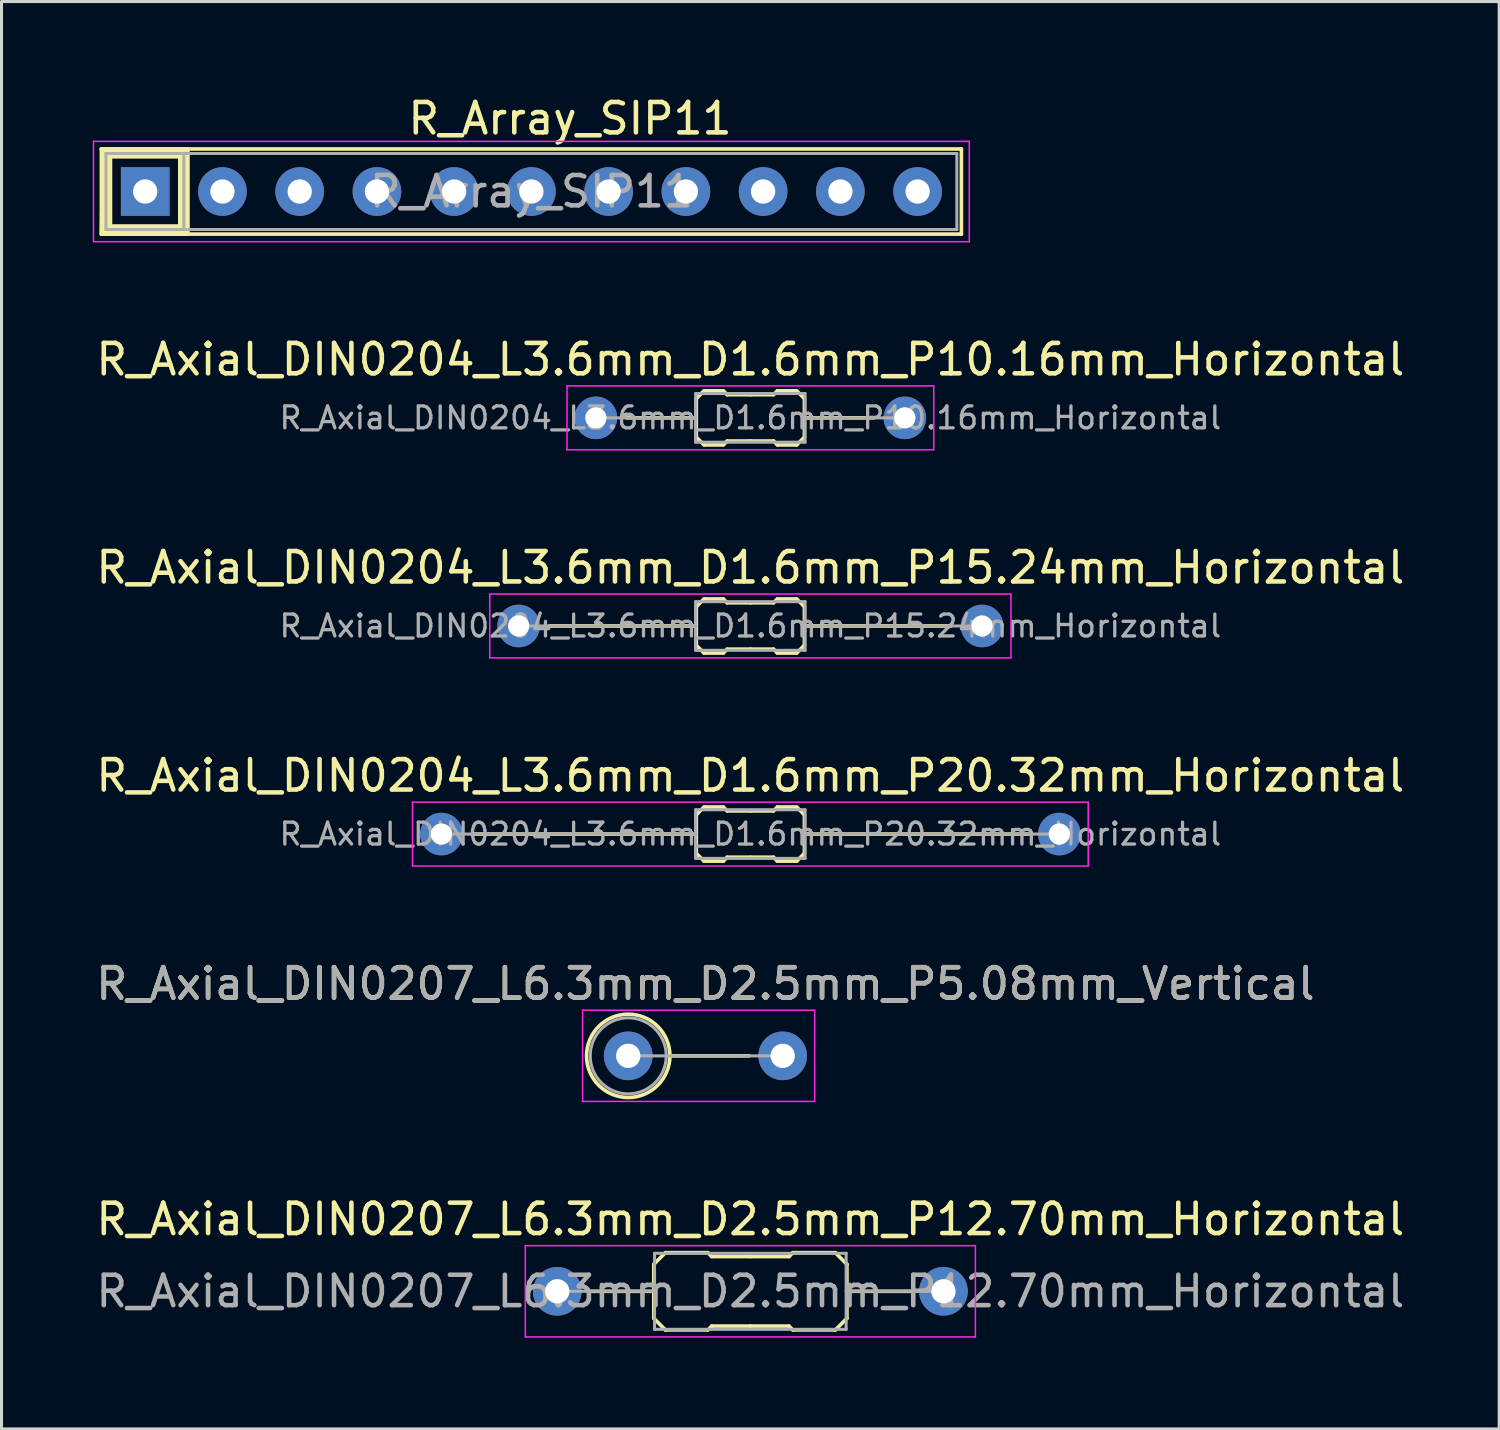
<source format=kicad_pcb>
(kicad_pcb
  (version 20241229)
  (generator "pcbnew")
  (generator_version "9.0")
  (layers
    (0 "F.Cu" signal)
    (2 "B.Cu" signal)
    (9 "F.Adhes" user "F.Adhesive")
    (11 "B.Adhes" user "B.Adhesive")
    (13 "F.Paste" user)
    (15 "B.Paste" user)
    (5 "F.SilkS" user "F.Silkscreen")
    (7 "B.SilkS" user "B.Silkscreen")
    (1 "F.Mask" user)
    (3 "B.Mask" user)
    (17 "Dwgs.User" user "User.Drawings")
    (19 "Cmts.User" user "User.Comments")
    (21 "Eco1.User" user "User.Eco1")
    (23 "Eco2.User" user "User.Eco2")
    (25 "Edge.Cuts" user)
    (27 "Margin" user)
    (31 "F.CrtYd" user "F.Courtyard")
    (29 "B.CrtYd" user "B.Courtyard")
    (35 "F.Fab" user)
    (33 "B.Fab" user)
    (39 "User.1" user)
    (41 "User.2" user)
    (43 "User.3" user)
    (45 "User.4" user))
  (footprint "R_Array_SIP11"
    (layer "F.Cu")
    (at 1.725 3.248)
    (property "Reference" "R_Array_SIP11" (at 13.97 -2.4 0) (layer "F.SilkS") (effects (font (size 1 1) (thickness 0.15))))
    (attr through_hole)
    (fp_line (start -1.44 -1.4) (end -1.44 1.4) (stroke (width 0.12) (type solid)) (layer "F.SilkS"))
    (fp_line (start -1.44 1.4) (end 26.84 1.4) (stroke (width 0.12) (type solid)) (layer "F.SilkS"))
    (fp_line (start 1.143 -1.143) (end 1.143 1.143) (stroke (width 0.12) (type solid)) (layer "F.SilkS"))
    (fp_line (start 1.143 1.143) (end -1.143 1.143) (stroke (width 0.12) (type solid)) (layer "F.SilkS"))
    (fp_line (start 1.27 -1.4) (end 1.27 1.4) (stroke (width 0.12) (type solid)) (layer "F.SilkS"))
    (fp_line (start 1.397 -1.4) (end 1.397 1.4) (stroke (width 0.12) (type solid)) (layer "F.SilkS"))
    (fp_line (start 26.84 -1.4) (end -1.44 -1.4) (stroke (width 0.12) (type solid)) (layer "F.SilkS"))
    (fp_line (start 26.84 1.4) (end 26.84 -1.4) (stroke (width 0.12) (type solid)) (layer "F.SilkS"))
    (fp_poly (pts (xy -1.143 1.143) (xy 1.143 1.143) (xy 1.143 1.4) (xy -1.44 1.4) (xy -1.397 -1.143) (xy -1.143 -1.143)) (stroke (width 0.12) (type solid)) (fill yes) (layer "F.SilkS"))
    (fp_poly (pts (xy 1.397 1.4) (xy 1.143 1.4) (xy 1.143 -1.143) (xy -1.397 -1.143) (xy -1.44 -1.4) (xy 1.397 -1.4)) (stroke (width 0.12) (type solid)) (fill yes) (layer "F.SilkS"))
    (fp_line (start -1.7 -1.65) (end -1.7 1.65) (stroke (width 0.05) (type solid)) (layer "F.CrtYd"))
    (fp_line (start -1.7 1.65) (end 27.1 1.65) (stroke (width 0.05) (type solid)) (layer "F.CrtYd"))
    (fp_line (start 27.1 -1.65) (end -1.7 -1.65) (stroke (width 0.05) (type solid)) (layer "F.CrtYd"))
    (fp_line (start 27.1 1.65) (end 27.1 -1.65) (stroke (width 0.05) (type solid)) (layer "F.CrtYd"))
    (fp_line (start -1.29 -1.25) (end -1.29 1.25) (stroke (width 0.1) (type solid)) (layer "F.Fab"))
    (fp_line (start -1.29 1.25) (end 26.69 1.25) (stroke (width 0.1) (type solid)) (layer "F.Fab"))
    (fp_line (start 1.27 -1.25) (end 1.27 1.25) (stroke (width 0.1) (type solid)) (layer "F.Fab"))
    (fp_line (start 26.69 -1.25) (end -1.29 -1.25) (stroke (width 0.1) (type solid)) (layer "F.Fab"))
    (fp_line (start 26.69 1.25) (end 26.69 -1.25) (stroke (width 0.1) (type solid)) (layer "F.Fab"))
    (fp_text user "${REFERENCE}" (at 12.7 0 0) (layer "F.Fab") (effects (font (size 1 1) (thickness 0.15))))
    (pad "1" thru_hole rect (at 0 0) (size 1.6 1.6) (drill 0.8) (layers "*.Cu" "*.Mask"))
    (pad "2" thru_hole oval (at 2.54 0) (size 1.6 1.6) (drill 0.8) (layers "*.Cu" "*.Mask"))
    (pad "3" thru_hole oval (at 5.08 0) (size 1.6 1.6) (drill 0.8) (layers "*.Cu" "*.Mask"))
    (pad "4" thru_hole oval (at 7.62 0) (size 1.6 1.6) (drill 0.8) (layers "*.Cu" "*.Mask"))
    (pad "5" thru_hole oval (at 10.16 0) (size 1.6 1.6) (drill 0.8) (layers "*.Cu" "*.Mask"))
    (pad "6" thru_hole oval (at 12.7 0) (size 1.6 1.6) (drill 0.8) (layers "*.Cu" "*.Mask"))
    (pad "7" thru_hole oval (at 15.24 0) (size 1.6 1.6) (drill 0.8) (layers "*.Cu" "*.Mask"))
    (pad "8" thru_hole oval (at 17.78 0) (size 1.6 1.6) (drill 0.8) (layers "*.Cu" "*.Mask"))
    (pad "9" thru_hole oval (at 20.32 0) (size 1.6 1.6) (drill 0.8) (layers "*.Cu" "*.Mask"))
    (pad "10" thru_hole oval (at 22.86 0) (size 1.6 1.6) (drill 0.8) (layers "*.Cu" "*.Mask"))
    (pad "11" thru_hole oval (at 25.4 0) (size 1.6 1.6) (drill 0.8) (layers "*.Cu" "*.Mask")))
  (footprint "R_Axial_DIN0204_L3.6mm_D1.6mm_P20.32mm_Horizontal"
    (layer "F.Cu")
    (at 11.465 24.378)
    (property "Reference" "R_Axial_DIN0204_L3.6mm_D1.6mm_P20.32mm_Horizontal" (at 10.16 -1.92 0) (layer "F.SilkS") (effects (font (size 1 1) (thickness 0.15))))
    (attr through_hole)
    (fp_line (start 1.016 0) (end 8.24 0) (stroke (width 0.12) (type solid)) (layer "F.SilkS"))
    (fp_line (start 8.24 0) (end 8.382 0) (stroke (width 0.12) (type solid)) (layer "F.SilkS"))
    (fp_line (start 8.382 -0.635) (end 8.636 -0.889) (stroke (width 0.12) (type solid)) (layer "F.SilkS"))
    (fp_line (start 8.382 0.635) (end 8.382 -0.635) (stroke (width 0.12) (type solid)) (layer "F.SilkS"))
    (fp_line (start 8.382 0.635) (end 8.636 0.889) (stroke (width 0.12) (type solid)) (layer "F.SilkS"))
    (fp_line (start 8.636 -0.889) (end 9.271 -0.889) (stroke (width 0.12) (type solid)) (layer "F.SilkS"))
    (fp_line (start 8.636 0.889) (end 9.271 0.889) (stroke (width 0.12) (type solid)) (layer "F.SilkS"))
    (fp_line (start 9.271 -0.889) (end 9.398 -0.762) (stroke (width 0.12) (type solid)) (layer "F.SilkS"))
    (fp_line (start 9.271 0.889) (end 9.398 0.762) (stroke (width 0.12) (type solid)) (layer "F.SilkS"))
    (fp_line (start 9.398 -0.762) (end 10.16 -0.762) (stroke (width 0.12) (type solid)) (layer "F.SilkS"))
    (fp_line (start 9.398 0.762) (end 10.16 0.762) (stroke (width 0.12) (type solid)) (layer "F.SilkS"))
    (fp_line (start 10.922 -0.762) (end 10.16 -0.762) (stroke (width 0.12) (type solid)) (layer "F.SilkS"))
    (fp_line (start 10.922 0.762) (end 10.16 0.762) (stroke (width 0.12) (type solid)) (layer "F.SilkS"))
    (fp_line (start 11.049 -0.889) (end 10.922 -0.762) (stroke (width 0.12) (type solid)) (layer "F.SilkS"))
    (fp_line (start 11.049 0.889) (end 10.922 0.762) (stroke (width 0.12) (type solid)) (layer "F.SilkS"))
    (fp_line (start 11.684 -0.889) (end 11.049 -0.889) (stroke (width 0.12) (type solid)) (layer "F.SilkS"))
    (fp_line (start 11.684 0.889) (end 11.049 0.889) (stroke (width 0.12) (type solid)) (layer "F.SilkS"))
    (fp_line (start 11.938 -0.635) (end 11.684 -0.889) (stroke (width 0.12) (type solid)) (layer "F.SilkS"))
    (fp_line (start 11.938 -0.635) (end 11.938 0.635) (stroke (width 0.12) (type solid)) (layer "F.SilkS"))
    (fp_line (start 11.938 0.635) (end 11.684 0.889) (stroke (width 0.12) (type solid)) (layer "F.SilkS"))
    (fp_line (start 12.065 0) (end 11.938 0) (stroke (width 0.12) (type solid)) (layer "F.SilkS"))
    (fp_line (start 19.304 0) (end 12.08 0) (stroke (width 0.12) (type solid)) (layer "F.SilkS"))
    (fp_line (start -0.95 -1.05) (end -0.95 1.05) (stroke (width 0.05) (type solid)) (layer "F.CrtYd"))
    (fp_line (start -0.95 1.05) (end 21.27 1.05) (stroke (width 0.05) (type solid)) (layer "F.CrtYd"))
    (fp_line (start 21.27 -1.05) (end -0.95 -1.05) (stroke (width 0.05) (type solid)) (layer "F.CrtYd"))
    (fp_line (start 21.27 1.05) (end 21.27 -1.05) (stroke (width 0.05) (type solid)) (layer "F.CrtYd"))
    (fp_line (start 0 0) (end 8.382 0) (stroke (width 0.1) (type solid)) (layer "F.Fab"))
    (fp_line (start 8.36 -0.8) (end 8.36 0.8) (stroke (width 0.1) (type solid)) (layer "F.Fab"))
    (fp_line (start 8.36 0.8) (end 11.96 0.8) (stroke (width 0.1) (type solid)) (layer "F.Fab"))
    (fp_line (start 11.96 -0.8) (end 8.36 -0.8) (stroke (width 0.1) (type solid)) (layer "F.Fab"))
    (fp_line (start 11.96 0.8) (end 11.96 -0.8) (stroke (width 0.1) (type solid)) (layer "F.Fab"))
    (fp_line (start 20.32 0) (end 11.96 0) (stroke (width 0.1) (type solid)) (layer "F.Fab"))
    (fp_text user "${REFERENCE}" (at 10.16 0 0) (layer "F.Fab") (effects (font (size 0.72 0.72) (thickness 0.108))))
    (pad "1" thru_hole circle (at 0 0) (size 1.4 1.4) (drill 0.7) (layers "*.Cu" "*.Mask"))
    (pad "2" thru_hole oval (at 20.32 0) (size 1.4 1.4) (drill 0.7) (layers "*.Cu" "*.Mask")))
  (footprint "R_Axial_DIN0204_L3.6mm_D1.6mm_P15.24mm_Horizontal"
    (layer "F.Cu")
    (at 14.005 17.535)
    (property "Reference" "R_Axial_DIN0204_L3.6mm_D1.6mm_P15.24mm_Horizontal" (at 7.62 -1.92 0) (layer "F.SilkS") (effects (font (size 1 1) (thickness 0.15))))
    (attr through_hole)
    (fp_line (start 1.016 0) (end 5.7 0) (stroke (width 0.12) (type solid)) (layer "F.SilkS"))
    (fp_line (start 5.7 0) (end 5.842 0) (stroke (width 0.12) (type solid)) (layer "F.SilkS"))
    (fp_line (start 5.842 -0.635) (end 6.096 -0.889) (stroke (width 0.12) (type solid)) (layer "F.SilkS"))
    (fp_line (start 5.842 0.635) (end 5.842 -0.635) (stroke (width 0.12) (type solid)) (layer "F.SilkS"))
    (fp_line (start 5.842 0.635) (end 6.096 0.889) (stroke (width 0.12) (type solid)) (layer "F.SilkS"))
    (fp_line (start 6.096 -0.889) (end 6.731 -0.889) (stroke (width 0.12) (type solid)) (layer "F.SilkS"))
    (fp_line (start 6.096 0.889) (end 6.731 0.889) (stroke (width 0.12) (type solid)) (layer "F.SilkS"))
    (fp_line (start 6.731 -0.889) (end 6.858 -0.762) (stroke (width 0.12) (type solid)) (layer "F.SilkS"))
    (fp_line (start 6.731 0.889) (end 6.858 0.762) (stroke (width 0.12) (type solid)) (layer "F.SilkS"))
    (fp_line (start 6.858 -0.762) (end 7.62 -0.762) (stroke (width 0.12) (type solid)) (layer "F.SilkS"))
    (fp_line (start 6.858 0.762) (end 7.62 0.762) (stroke (width 0.12) (type solid)) (layer "F.SilkS"))
    (fp_line (start 8.382 -0.762) (end 7.62 -0.762) (stroke (width 0.12) (type solid)) (layer "F.SilkS"))
    (fp_line (start 8.382 0.762) (end 7.62 0.762) (stroke (width 0.12) (type solid)) (layer "F.SilkS"))
    (fp_line (start 8.509 -0.889) (end 8.382 -0.762) (stroke (width 0.12) (type solid)) (layer "F.SilkS"))
    (fp_line (start 8.509 0.889) (end 8.382 0.762) (stroke (width 0.12) (type solid)) (layer "F.SilkS"))
    (fp_line (start 9.144 -0.889) (end 8.509 -0.889) (stroke (width 0.12) (type solid)) (layer "F.SilkS"))
    (fp_line (start 9.144 0.889) (end 8.509 0.889) (stroke (width 0.12) (type solid)) (layer "F.SilkS"))
    (fp_line (start 9.398 -0.635) (end 9.144 -0.889) (stroke (width 0.12) (type solid)) (layer "F.SilkS"))
    (fp_line (start 9.398 -0.635) (end 9.398 0.635) (stroke (width 0.12) (type solid)) (layer "F.SilkS"))
    (fp_line (start 9.398 0.635) (end 9.144 0.889) (stroke (width 0.12) (type solid)) (layer "F.SilkS"))
    (fp_line (start 9.525 0) (end 9.398 0) (stroke (width 0.12) (type solid)) (layer "F.SilkS"))
    (fp_line (start 14.224 0) (end 9.54 0) (stroke (width 0.12) (type solid)) (layer "F.SilkS"))
    (fp_line (start -0.95 -1.05) (end -0.95 1.05) (stroke (width 0.05) (type solid)) (layer "F.CrtYd"))
    (fp_line (start -0.95 1.05) (end 16.19 1.05) (stroke (width 0.05) (type solid)) (layer "F.CrtYd"))
    (fp_line (start 16.19 -1.05) (end -0.95 -1.05) (stroke (width 0.05) (type solid)) (layer "F.CrtYd"))
    (fp_line (start 16.19 1.05) (end 16.19 -1.05) (stroke (width 0.05) (type solid)) (layer "F.CrtYd"))
    (fp_line (start 0 0) (end 5.842 0) (stroke (width 0.1) (type solid)) (layer "F.Fab"))
    (fp_line (start 5.82 -0.8) (end 5.82 0.8) (stroke (width 0.1) (type solid)) (layer "F.Fab"))
    (fp_line (start 5.82 0.8) (end 9.42 0.8) (stroke (width 0.1) (type solid)) (layer "F.Fab"))
    (fp_line (start 9.42 -0.8) (end 5.82 -0.8) (stroke (width 0.1) (type solid)) (layer "F.Fab"))
    (fp_line (start 9.42 0.8) (end 9.42 -0.8) (stroke (width 0.1) (type solid)) (layer "F.Fab"))
    (fp_line (start 15.24 0) (end 9.42 0) (stroke (width 0.1) (type solid)) (layer "F.Fab"))
    (fp_text user "${REFERENCE}" (at 7.62 0 0) (layer "F.Fab") (effects (font (size 0.72 0.72) (thickness 0.108))))
    (pad "1" thru_hole circle (at 0 0) (size 1.4 1.4) (drill 0.7) (layers "*.Cu" "*.Mask"))
    (pad "2" thru_hole oval (at 15.24 0) (size 1.4 1.4) (drill 0.7) (layers "*.Cu" "*.Mask")))
  (footprint "R_Axial_DIN0204_L3.6mm_D1.6mm_P10.16mm_Horizontal"
    (layer "F.Cu")
    (at 16.545 10.691)
    (property "Reference" "R_Axial_DIN0204_L3.6mm_D1.6mm_P10.16mm_Horizontal" (at 5.08 -1.92 0) (layer "F.SilkS") (effects (font (size 1 1) (thickness 0.15))))
    (attr through_hole)
    (fp_line (start 1.016 0) (end 3.16 0) (stroke (width 0.12) (type solid)) (layer "F.SilkS"))
    (fp_line (start 3.16 0) (end 3.302 0) (stroke (width 0.12) (type solid)) (layer "F.SilkS"))
    (fp_line (start 3.302 -0.635) (end 3.556 -0.889) (stroke (width 0.12) (type solid)) (layer "F.SilkS"))
    (fp_line (start 3.302 0.635) (end 3.302 -0.635) (stroke (width 0.12) (type solid)) (layer "F.SilkS"))
    (fp_line (start 3.302 0.635) (end 3.556 0.889) (stroke (width 0.12) (type solid)) (layer "F.SilkS"))
    (fp_line (start 3.556 -0.889) (end 4.191 -0.889) (stroke (width 0.12) (type solid)) (layer "F.SilkS"))
    (fp_line (start 3.556 0.889) (end 4.191 0.889) (stroke (width 0.12) (type solid)) (layer "F.SilkS"))
    (fp_line (start 4.191 -0.889) (end 4.318 -0.762) (stroke (width 0.12) (type solid)) (layer "F.SilkS"))
    (fp_line (start 4.191 0.889) (end 4.318 0.762) (stroke (width 0.12) (type solid)) (layer "F.SilkS"))
    (fp_line (start 4.318 -0.762) (end 5.08 -0.762) (stroke (width 0.12) (type solid)) (layer "F.SilkS"))
    (fp_line (start 4.318 0.762) (end 5.08 0.762) (stroke (width 0.12) (type solid)) (layer "F.SilkS"))
    (fp_line (start 5.842 -0.762) (end 5.08 -0.762) (stroke (width 0.12) (type solid)) (layer "F.SilkS"))
    (fp_line (start 5.842 0.762) (end 5.08 0.762) (stroke (width 0.12) (type solid)) (layer "F.SilkS"))
    (fp_line (start 5.969 -0.889) (end 5.842 -0.762) (stroke (width 0.12) (type solid)) (layer "F.SilkS"))
    (fp_line (start 5.969 0.889) (end 5.842 0.762) (stroke (width 0.12) (type solid)) (layer "F.SilkS"))
    (fp_line (start 6.604 -0.889) (end 5.969 -0.889) (stroke (width 0.12) (type solid)) (layer "F.SilkS"))
    (fp_line (start 6.604 0.889) (end 5.969 0.889) (stroke (width 0.12) (type solid)) (layer "F.SilkS"))
    (fp_line (start 6.858 -0.635) (end 6.604 -0.889) (stroke (width 0.12) (type solid)) (layer "F.SilkS"))
    (fp_line (start 6.858 -0.635) (end 6.858 0.635) (stroke (width 0.12) (type solid)) (layer "F.SilkS"))
    (fp_line (start 6.858 0.635) (end 6.604 0.889) (stroke (width 0.12) (type solid)) (layer "F.SilkS"))
    (fp_line (start 6.985 0) (end 6.858 0) (stroke (width 0.12) (type solid)) (layer "F.SilkS"))
    (fp_line (start 9.144 0) (end 7 0) (stroke (width 0.12) (type solid)) (layer "F.SilkS"))
    (fp_line (start -0.95 -1.05) (end -0.95 1.05) (stroke (width 0.05) (type solid)) (layer "F.CrtYd"))
    (fp_line (start -0.95 1.05) (end 11.11 1.05) (stroke (width 0.05) (type solid)) (layer "F.CrtYd"))
    (fp_line (start 11.11 -1.05) (end -0.95 -1.05) (stroke (width 0.05) (type solid)) (layer "F.CrtYd"))
    (fp_line (start 11.11 1.05) (end 11.11 -1.05) (stroke (width 0.05) (type solid)) (layer "F.CrtYd"))
    (fp_line (start 0 0) (end 3.302 0) (stroke (width 0.1) (type solid)) (layer "F.Fab"))
    (fp_line (start 3.28 -0.8) (end 3.28 0.8) (stroke (width 0.1) (type solid)) (layer "F.Fab"))
    (fp_line (start 3.28 0.8) (end 6.88 0.8) (stroke (width 0.1) (type solid)) (layer "F.Fab"))
    (fp_line (start 6.88 -0.8) (end 3.28 -0.8) (stroke (width 0.1) (type solid)) (layer "F.Fab"))
    (fp_line (start 6.88 0.8) (end 6.88 -0.8) (stroke (width 0.1) (type solid)) (layer "F.Fab"))
    (fp_line (start 10.16 0) (end 6.88 0) (stroke (width 0.1) (type solid)) (layer "F.Fab"))
    (fp_text user "${REFERENCE}" (at 5.08 0 0) (layer "F.Fab") (effects (font (size 0.72 0.72) (thickness 0.108))))
    (pad "1" thru_hole circle (at 0 0) (size 1.4 1.4) (drill 0.7) (layers "*.Cu" "*.Mask"))
    (pad "2" thru_hole oval (at 10.16 0) (size 1.4 1.4) (drill 0.7) (layers "*.Cu" "*.Mask")))
  (footprint "R_Axial_DIN0207_L6.3mm_D2.5mm_P5.08mm_Vertical"
    (layer "F.Cu")
    (at 17.609 31.671)
    (property "Reference" "R_Axial_DIN0207_L6.3mm_D2.5mm_P5.08mm_Vertical" (at 2.54 -2.37 0) (layer "F.SilkS") (effects (font (size 1 1) (thickness 0.15))))
    (attr through_hole)
    (fp_line (start 1.37 0) (end 3.98 0) (stroke (width 0.12) (type solid)) (layer "F.SilkS"))
    (fp_circle (center 0 0) (end 1.37 0) (stroke (width 0.12) (type solid)) (fill no) (layer "F.SilkS"))
    (fp_line (start -1.5 -1.5) (end -1.5 1.5) (stroke (width 0.05) (type solid)) (layer "F.CrtYd"))
    (fp_line (start -1.5 1.5) (end 6.13 1.5) (stroke (width 0.05) (type solid)) (layer "F.CrtYd"))
    (fp_line (start 6.13 -1.5) (end -1.5 -1.5) (stroke (width 0.05) (type solid)) (layer "F.CrtYd"))
    (fp_line (start 6.13 1.5) (end 6.13 -1.5) (stroke (width 0.05) (type solid)) (layer "F.CrtYd"))
    (fp_line (start 0 0) (end 5.08 0) (stroke (width 0.1) (type solid)) (layer "F.Fab"))
    (fp_circle (center 0 0) (end 1.25 0) (stroke (width 0.1) (type solid)) (fill no) (layer "F.Fab"))
    (fp_text user "${REFERENCE}" (at 2.54 -2.37 0) (layer "F.Fab") (effects (font (size 1 1) (thickness 0.15))))
    (pad "1" thru_hole circle (at 0 0) (size 1.6 1.6) (drill 0.8) (layers "*.Cu" "*.Mask"))
    (pad "2" thru_hole oval (at 5.08 0) (size 1.6 1.6) (drill 0.8) (layers "*.Cu" "*.Mask")))
  (footprint "R_Axial_DIN0207_L6.3mm_D2.5mm_P12.70mm_Horizontal"
    (layer "F.Cu")
    (at 15.275 39.414)
    (property "Reference" "R_Axial_DIN0207_L6.3mm_D2.5mm_P12.70mm_Horizontal" (at 6.35 -2.37 0) (layer "F.SilkS") (effects (font (size 1 1) (thickness 0.15))))
    (attr through_hole)
    (fp_line (start 3.175 -0.889) (end 3.175 0.889) (stroke (width 0.12) (type solid)) (layer "F.SilkS"))
    (fp_line (start 3.175 -0.889) (end 3.556 -1.27) (stroke (width 0.12) (type solid)) (layer "F.SilkS"))
    (fp_line (start 3.175 0) (end 1.016 0) (stroke (width 0.12) (type solid)) (layer "F.SilkS"))
    (fp_line (start 3.175 0.889) (end 3.556 1.27) (stroke (width 0.12) (type solid)) (layer "F.SilkS"))
    (fp_line (start 3.556 -1.27) (end 4.953 -1.27) (stroke (width 0.12) (type solid)) (layer "F.SilkS"))
    (fp_line (start 3.556 1.27) (end 4.953 1.27) (stroke (width 0.12) (type solid)) (layer "F.SilkS"))
    (fp_line (start 4.953 -1.27) (end 5.08 -1.143) (stroke (width 0.12) (type solid)) (layer "F.SilkS"))
    (fp_line (start 4.953 1.27) (end 5.08 1.143) (stroke (width 0.12) (type solid)) (layer "F.SilkS"))
    (fp_line (start 5.08 -1.143) (end 6.35 -1.143) (stroke (width 0.12) (type solid)) (layer "F.SilkS"))
    (fp_line (start 5.08 1.143) (end 6.35 1.143) (stroke (width 0.12) (type solid)) (layer "F.SilkS"))
    (fp_line (start 7.62 -1.143) (end 6.35 -1.143) (stroke (width 0.12) (type solid)) (layer "F.SilkS"))
    (fp_line (start 7.62 1.143) (end 6.35 1.143) (stroke (width 0.12) (type solid)) (layer "F.SilkS"))
    (fp_line (start 7.747 -1.27) (end 7.62 -1.143) (stroke (width 0.12) (type solid)) (layer "F.SilkS"))
    (fp_line (start 7.747 1.27) (end 7.62 1.143) (stroke (width 0.12) (type solid)) (layer "F.SilkS"))
    (fp_line (start 9.144 -1.27) (end 7.747 -1.27) (stroke (width 0.12) (type solid)) (layer "F.SilkS"))
    (fp_line (start 9.144 1.27) (end 7.747 1.27) (stroke (width 0.12) (type solid)) (layer "F.SilkS"))
    (fp_line (start 9.525 -0.889) (end 9.144 -1.27) (stroke (width 0.12) (type solid)) (layer "F.SilkS"))
    (fp_line (start 9.525 -0.889) (end 9.525 0.889) (stroke (width 0.12) (type solid)) (layer "F.SilkS"))
    (fp_line (start 9.525 0) (end 11.684 0) (stroke (width 0.12) (type solid)) (layer "F.SilkS"))
    (fp_line (start 9.525 0.889) (end 9.144 1.27) (stroke (width 0.12) (type solid)) (layer "F.SilkS"))
    (fp_line (start -1.05 -1.5) (end -1.05 1.5) (stroke (width 0.05) (type solid)) (layer "F.CrtYd"))
    (fp_line (start -1.05 1.5) (end 13.75 1.5) (stroke (width 0.05) (type solid)) (layer "F.CrtYd"))
    (fp_line (start 13.75 -1.5) (end -1.05 -1.5) (stroke (width 0.05) (type solid)) (layer "F.CrtYd"))
    (fp_line (start 13.75 1.5) (end 13.75 -1.5) (stroke (width 0.05) (type solid)) (layer "F.CrtYd"))
    (fp_line (start 0 0) (end 3.2 0) (stroke (width 0.1) (type solid)) (layer "F.Fab"))
    (fp_line (start 3.2 -1.25) (end 3.2 1.25) (stroke (width 0.1) (type solid)) (layer "F.Fab"))
    (fp_line (start 3.2 1.25) (end 9.5 1.25) (stroke (width 0.1) (type solid)) (layer "F.Fab"))
    (fp_line (start 9.5 -1.25) (end 3.2 -1.25) (stroke (width 0.1) (type solid)) (layer "F.Fab"))
    (fp_line (start 9.5 1.25) (end 9.5 -1.25) (stroke (width 0.1) (type solid)) (layer "F.Fab"))
    (fp_line (start 12.7 0) (end 9.5 0) (stroke (width 0.1) (type solid)) (layer "F.Fab"))
    (fp_text user "${REFERENCE}" (at 6.35 0 0) (layer "F.Fab") (effects (font (size 1 1) (thickness 0.15))))
    (pad "1" thru_hole circle (at 0 0) (size 1.6 1.6) (drill 0.8) (layers "*.Cu" "*.Mask"))
    (pad "2" thru_hole oval (at 12.7 0) (size 1.6 1.6) (drill 0.8) (layers "*.Cu" "*.Mask")))
  (gr_rect
    (start -3 -3)
    (end 46.25 43.94)
    (stroke (width 0.1) (type default))
    (fill no)
    (layer "Edge.Cuts")))
</source>
